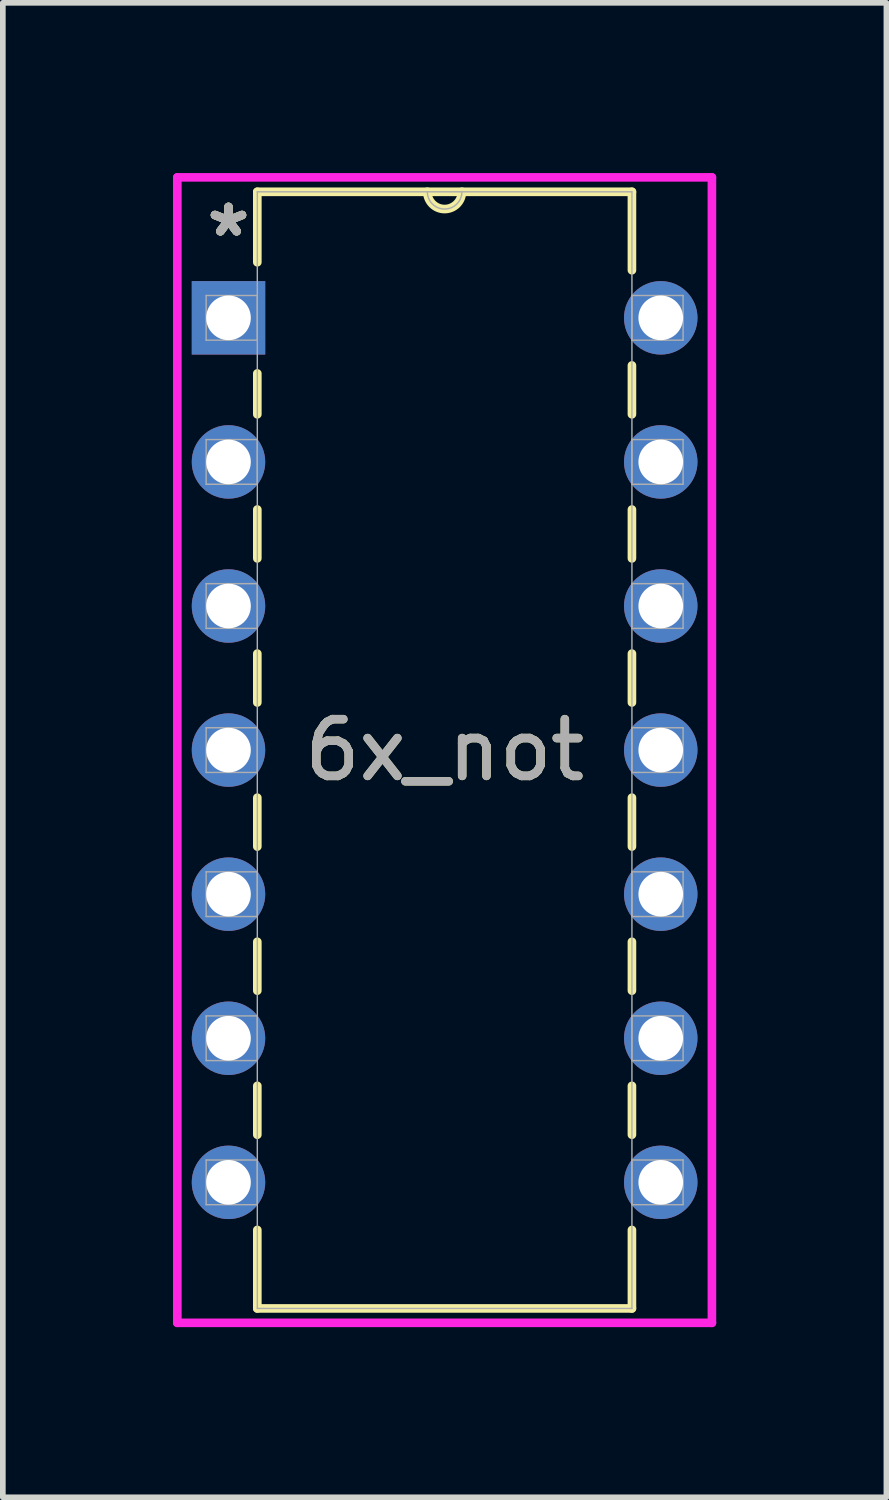
<source format=kicad_pcb>
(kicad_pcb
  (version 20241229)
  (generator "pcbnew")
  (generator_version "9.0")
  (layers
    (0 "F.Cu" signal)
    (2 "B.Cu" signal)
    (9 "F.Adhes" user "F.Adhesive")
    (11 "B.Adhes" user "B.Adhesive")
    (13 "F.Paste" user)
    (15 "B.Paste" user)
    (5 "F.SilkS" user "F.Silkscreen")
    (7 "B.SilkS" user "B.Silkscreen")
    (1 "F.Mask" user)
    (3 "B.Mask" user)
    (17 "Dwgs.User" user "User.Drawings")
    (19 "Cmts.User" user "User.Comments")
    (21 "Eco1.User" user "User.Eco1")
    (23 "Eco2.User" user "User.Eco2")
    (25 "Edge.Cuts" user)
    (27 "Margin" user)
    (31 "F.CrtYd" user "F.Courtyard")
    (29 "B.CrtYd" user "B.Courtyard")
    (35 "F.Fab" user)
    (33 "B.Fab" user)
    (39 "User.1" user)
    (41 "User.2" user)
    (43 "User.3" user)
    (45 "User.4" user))
  (footprint "6x_not"
    (layer "F.Cu")
    (at 8.598 17.793)
    (property "Reference" "6x_not" (at -3.81 -7.62 0) (unlocked yes) (layer "F.SilkS") (effects (font (size 1 1) (thickness 0.15))))
    (attr through_hole)
    (fp_line (start -7.112 -17.462) (end -7.112 -16.22) (stroke (width 0.152) (type solid)) (layer "F.SilkS"))
    (fp_line (start -7.112 -14.26) (end -7.112 -13.539) (stroke (width 0.152) (type solid)) (layer "F.SilkS"))
    (fp_line (start -7.112 -11.861) (end -7.112 -10.999) (stroke (width 0.152) (type solid)) (layer "F.SilkS"))
    (fp_line (start -7.112 -9.321) (end -7.112 -8.459) (stroke (width 0.152) (type solid)) (layer "F.SilkS"))
    (fp_line (start -7.112 -6.781) (end -7.112 -5.919) (stroke (width 0.152) (type solid)) (layer "F.SilkS"))
    (fp_line (start -7.112 -4.241) (end -7.112 -3.379) (stroke (width 0.152) (type solid)) (layer "F.SilkS"))
    (fp_line (start -7.112 -1.701) (end -7.112 -0.839) (stroke (width 0.152) (type solid)) (layer "F.SilkS"))
    (fp_line (start -7.112 0.839) (end -7.112 2.223) (stroke (width 0.152) (type solid)) (layer "F.SilkS"))
    (fp_line (start -7.112 2.223) (end -0.508 2.223) (stroke (width 0.152) (type solid)) (layer "F.SilkS"))
    (fp_line (start -0.508 -17.462) (end -7.112 -17.462) (stroke (width 0.152) (type solid)) (layer "F.SilkS"))
    (fp_line (start -0.508 -16.079) (end -0.508 -17.462) (stroke (width 0.152) (type solid)) (layer "F.SilkS"))
    (fp_line (start -0.508 -13.539) (end -0.508 -14.401) (stroke (width 0.152) (type solid)) (layer "F.SilkS"))
    (fp_line (start -0.508 -10.999) (end -0.508 -11.861) (stroke (width 0.152) (type solid)) (layer "F.SilkS"))
    (fp_line (start -0.508 -8.459) (end -0.508 -9.321) (stroke (width 0.152) (type solid)) (layer "F.SilkS"))
    (fp_line (start -0.508 -5.919) (end -0.508 -6.781) (stroke (width 0.152) (type solid)) (layer "F.SilkS"))
    (fp_line (start -0.508 -3.379) (end -0.508 -4.241) (stroke (width 0.152) (type solid)) (layer "F.SilkS"))
    (fp_line (start -0.508 -0.839) (end -0.508 -1.701) (stroke (width 0.152) (type solid)) (layer "F.SilkS"))
    (fp_line (start -0.508 2.223) (end -0.508 0.839) (stroke (width 0.152) (type solid)) (layer "F.SilkS"))
    (fp_arc (start -3.5052 -17.4625) (mid -3.81 -17.1577) (end -4.1148 -17.4625) (stroke (width 0.1524) (type solid)) (layer "F.SilkS"))
    (fp_line (start -8.522 -17.716) (end -8.522 2.477) (stroke (width 0.152) (type solid)) (layer "F.CrtYd"))
    (fp_line (start -8.522 2.477) (end 0.902 2.477) (stroke (width 0.152) (type solid)) (layer "F.CrtYd"))
    (fp_line (start 0.902 -17.716) (end -8.522 -17.716) (stroke (width 0.152) (type solid)) (layer "F.CrtYd"))
    (fp_line (start 0.902 2.477) (end 0.902 -17.716) (stroke (width 0.152) (type solid)) (layer "F.CrtYd"))
    (fp_line (start -8.014 -15.634) (end -8.014 -14.846) (stroke (width 0.025) (type solid)) (layer "F.Fab"))
    (fp_line (start -8.014 -14.846) (end -7.112 -14.846) (stroke (width 0.025) (type solid)) (layer "F.Fab"))
    (fp_line (start -8.014 -13.094) (end -8.014 -12.306) (stroke (width 0.025) (type solid)) (layer "F.Fab"))
    (fp_line (start -8.014 -12.306) (end -7.112 -12.306) (stroke (width 0.025) (type solid)) (layer "F.Fab"))
    (fp_line (start -8.014 -10.554) (end -8.014 -9.766) (stroke (width 0.025) (type solid)) (layer "F.Fab"))
    (fp_line (start -8.014 -9.766) (end -7.112 -9.766) (stroke (width 0.025) (type solid)) (layer "F.Fab"))
    (fp_line (start -8.014 -8.014) (end -8.014 -7.226) (stroke (width 0.025) (type solid)) (layer "F.Fab"))
    (fp_line (start -8.014 -7.226) (end -7.112 -7.226) (stroke (width 0.025) (type solid)) (layer "F.Fab"))
    (fp_line (start -8.014 -5.474) (end -8.014 -4.686) (stroke (width 0.025) (type solid)) (layer "F.Fab"))
    (fp_line (start -8.014 -4.686) (end -7.112 -4.686) (stroke (width 0.025) (type solid)) (layer "F.Fab"))
    (fp_line (start -8.014 -2.934) (end -8.014 -2.146) (stroke (width 0.025) (type solid)) (layer "F.Fab"))
    (fp_line (start -8.014 -2.146) (end -7.112 -2.146) (stroke (width 0.025) (type solid)) (layer "F.Fab"))
    (fp_line (start -8.014 -0.394) (end -8.014 0.394) (stroke (width 0.025) (type solid)) (layer "F.Fab"))
    (fp_line (start -8.014 0.394) (end -7.112 0.394) (stroke (width 0.025) (type solid)) (layer "F.Fab"))
    (fp_line (start -7.112 -17.462) (end -7.112 2.223) (stroke (width 0.025) (type solid)) (layer "F.Fab"))
    (fp_line (start -7.112 -15.634) (end -8.014 -15.634) (stroke (width 0.025) (type solid)) (layer "F.Fab"))
    (fp_line (start -7.112 -14.846) (end -7.112 -15.634) (stroke (width 0.025) (type solid)) (layer "F.Fab"))
    (fp_line (start -7.112 -13.094) (end -8.014 -13.094) (stroke (width 0.025) (type solid)) (layer "F.Fab"))
    (fp_line (start -7.112 -12.306) (end -7.112 -13.094) (stroke (width 0.025) (type solid)) (layer "F.Fab"))
    (fp_line (start -7.112 -10.554) (end -8.014 -10.554) (stroke (width 0.025) (type solid)) (layer "F.Fab"))
    (fp_line (start -7.112 -9.766) (end -7.112 -10.554) (stroke (width 0.025) (type solid)) (layer "F.Fab"))
    (fp_line (start -7.112 -8.014) (end -8.014 -8.014) (stroke (width 0.025) (type solid)) (layer "F.Fab"))
    (fp_line (start -7.112 -7.226) (end -7.112 -8.014) (stroke (width 0.025) (type solid)) (layer "F.Fab"))
    (fp_line (start -7.112 -5.474) (end -8.014 -5.474) (stroke (width 0.025) (type solid)) (layer "F.Fab"))
    (fp_line (start -7.112 -4.686) (end -7.112 -5.474) (stroke (width 0.025) (type solid)) (layer "F.Fab"))
    (fp_line (start -7.112 -2.934) (end -8.014 -2.934) (stroke (width 0.025) (type solid)) (layer "F.Fab"))
    (fp_line (start -7.112 -2.146) (end -7.112 -2.934) (stroke (width 0.025) (type solid)) (layer "F.Fab"))
    (fp_line (start -7.112 -0.394) (end -8.014 -0.394) (stroke (width 0.025) (type solid)) (layer "F.Fab"))
    (fp_line (start -7.112 0.394) (end -7.112 -0.394) (stroke (width 0.025) (type solid)) (layer "F.Fab"))
    (fp_line (start -7.112 2.223) (end -0.508 2.223) (stroke (width 0.025) (type solid)) (layer "F.Fab"))
    (fp_line (start -0.508 -17.462) (end -7.112 -17.462) (stroke (width 0.025) (type solid)) (layer "F.Fab"))
    (fp_line (start -0.508 -15.634) (end -0.508 -14.846) (stroke (width 0.025) (type solid)) (layer "F.Fab"))
    (fp_line (start -0.508 -14.846) (end 0.394 -14.846) (stroke (width 0.025) (type solid)) (layer "F.Fab"))
    (fp_line (start -0.508 -13.094) (end -0.508 -12.306) (stroke (width 0.025) (type solid)) (layer "F.Fab"))
    (fp_line (start -0.508 -12.306) (end 0.394 -12.306) (stroke (width 0.025) (type solid)) (layer "F.Fab"))
    (fp_line (start -0.508 -10.554) (end -0.508 -9.766) (stroke (width 0.025) (type solid)) (layer "F.Fab"))
    (fp_line (start -0.508 -9.766) (end 0.394 -9.766) (stroke (width 0.025) (type solid)) (layer "F.Fab"))
    (fp_line (start -0.508 -8.014) (end -0.508 -7.226) (stroke (width 0.025) (type solid)) (layer "F.Fab"))
    (fp_line (start -0.508 -7.226) (end 0.394 -7.226) (stroke (width 0.025) (type solid)) (layer "F.Fab"))
    (fp_line (start -0.508 -5.474) (end -0.508 -4.686) (stroke (width 0.025) (type solid)) (layer "F.Fab"))
    (fp_line (start -0.508 -4.686) (end 0.394 -4.686) (stroke (width 0.025) (type solid)) (layer "F.Fab"))
    (fp_line (start -0.508 -2.934) (end -0.508 -2.146) (stroke (width 0.025) (type solid)) (layer "F.Fab"))
    (fp_line (start -0.508 -2.146) (end 0.394 -2.146) (stroke (width 0.025) (type solid)) (layer "F.Fab"))
    (fp_line (start -0.508 -0.394) (end -0.508 0.394) (stroke (width 0.025) (type solid)) (layer "F.Fab"))
    (fp_line (start -0.508 0.394) (end 0.394 0.394) (stroke (width 0.025) (type solid)) (layer "F.Fab"))
    (fp_line (start -0.508 2.223) (end -0.508 -17.462) (stroke (width 0.025) (type solid)) (layer "F.Fab"))
    (fp_line (start 0.394 -15.634) (end -0.508 -15.634) (stroke (width 0.025) (type solid)) (layer "F.Fab"))
    (fp_line (start 0.394 -14.846) (end 0.394 -15.634) (stroke (width 0.025) (type solid)) (layer "F.Fab"))
    (fp_line (start 0.394 -13.094) (end -0.508 -13.094) (stroke (width 0.025) (type solid)) (layer "F.Fab"))
    (fp_line (start 0.394 -12.306) (end 0.394 -13.094) (stroke (width 0.025) (type solid)) (layer "F.Fab"))
    (fp_line (start 0.394 -10.554) (end -0.508 -10.554) (stroke (width 0.025) (type solid)) (layer "F.Fab"))
    (fp_line (start 0.394 -9.766) (end 0.394 -10.554) (stroke (width 0.025) (type solid)) (layer "F.Fab"))
    (fp_line (start 0.394 -8.014) (end -0.508 -8.014) (stroke (width 0.025) (type solid)) (layer "F.Fab"))
    (fp_line (start 0.394 -7.226) (end 0.394 -8.014) (stroke (width 0.025) (type solid)) (layer "F.Fab"))
    (fp_line (start 0.394 -5.474) (end -0.508 -5.474) (stroke (width 0.025) (type solid)) (layer "F.Fab"))
    (fp_line (start 0.394 -4.686) (end 0.394 -5.474) (stroke (width 0.025) (type solid)) (layer "F.Fab"))
    (fp_line (start 0.394 -2.934) (end -0.508 -2.934) (stroke (width 0.025) (type solid)) (layer "F.Fab"))
    (fp_line (start 0.394 -2.146) (end 0.394 -2.934) (stroke (width 0.025) (type solid)) (layer "F.Fab"))
    (fp_line (start 0.394 -0.394) (end -0.508 -0.394) (stroke (width 0.025) (type solid)) (layer "F.Fab"))
    (fp_line (start 0.394 0.394) (end 0.394 -0.394) (stroke (width 0.025) (type solid)) (layer "F.Fab"))
    (fp_arc (start -3.5052 -17.4625) (mid -3.81 -17.1577) (end -4.1148 -17.4625) (stroke (width 0.0254) (type solid)) (layer "F.Fab"))
    (fp_text user "*" (at -7.62 -16.65 0) (unlocked yes) (layer "F.SilkS") (effects (font (size 1 1) (thickness 0.15))))
    (fp_text user "*" (at -7.62 -16.65 0) (layer "F.SilkS") (effects (font (size 1 1) (thickness 0.15))))
    (fp_text user "*" (at -7.62 -16.65 0) (unlocked yes) (layer "F.Fab") (effects (font (size 1 1) (thickness 0.15))))
    (fp_text user "${REFERENCE}" (at -3.81 -7.62 0) (unlocked yes) (layer "F.Fab") (effects (font (size 1 1) (thickness 0.15))))
    (fp_text user "*" (at -7.62 -16.65 0) (layer "F.Fab") (effects (font (size 1 1) (thickness 0.15))))
    (pad "1" thru_hole rect (at -7.62 -15.24) (size 1.295 1.295) (drill 0.787) (layers "*.Cu" "*.Mask"))
    (pad "2" thru_hole circle (at -7.62 -12.7) (size 1.295 1.295) (drill 0.787) (layers "*.Cu" "*.Mask"))
    (pad "3" thru_hole circle (at -7.62 -10.16) (size 1.295 1.295) (drill 0.787) (layers "*.Cu" "*.Mask"))
    (pad "4" thru_hole circle (at -7.62 -7.62) (size 1.295 1.295) (drill 0.787) (layers "*.Cu" "*.Mask"))
    (pad "5" thru_hole circle (at -7.62 -5.08) (size 1.295 1.295) (drill 0.787) (layers "*.Cu" "*.Mask"))
    (pad "6" thru_hole circle (at -7.62 -2.54) (size 1.295 1.295) (drill 0.787) (layers "*.Cu" "*.Mask"))
    (pad "7" thru_hole circle (at -7.62 0) (size 1.295 1.295) (drill 0.787) (layers "*.Cu" "*.Mask"))
    (pad "8" thru_hole circle (at 0 0) (size 1.295 1.295) (drill 0.787) (layers "*.Cu" "*.Mask"))
    (pad "9" thru_hole circle (at 0 -2.54) (size 1.295 1.295) (drill 0.787) (layers "*.Cu" "*.Mask"))
    (pad "10" thru_hole circle (at 0 -5.08) (size 1.295 1.295) (drill 0.787) (layers "*.Cu" "*.Mask"))
    (pad "11" thru_hole circle (at 0 -7.62) (size 1.295 1.295) (drill 0.787) (layers "*.Cu" "*.Mask"))
    (pad "12" thru_hole circle (at 0 -10.16) (size 1.295 1.295) (drill 0.787) (layers "*.Cu" "*.Mask"))
    (pad "13" thru_hole circle (at 0 -12.7) (size 1.295 1.295) (drill 0.787) (layers "*.Cu" "*.Mask"))
    (pad "14" thru_hole circle (at 0 -15.24) (size 1.295 1.295) (drill 0.787) (layers "*.Cu" "*.Mask")))
  (gr_rect
    (start -3 -3)
    (end 12.576 23.345)
    (stroke (width 0.1) (type default))
    (fill no)
    (layer "Edge.Cuts")))
</source>
